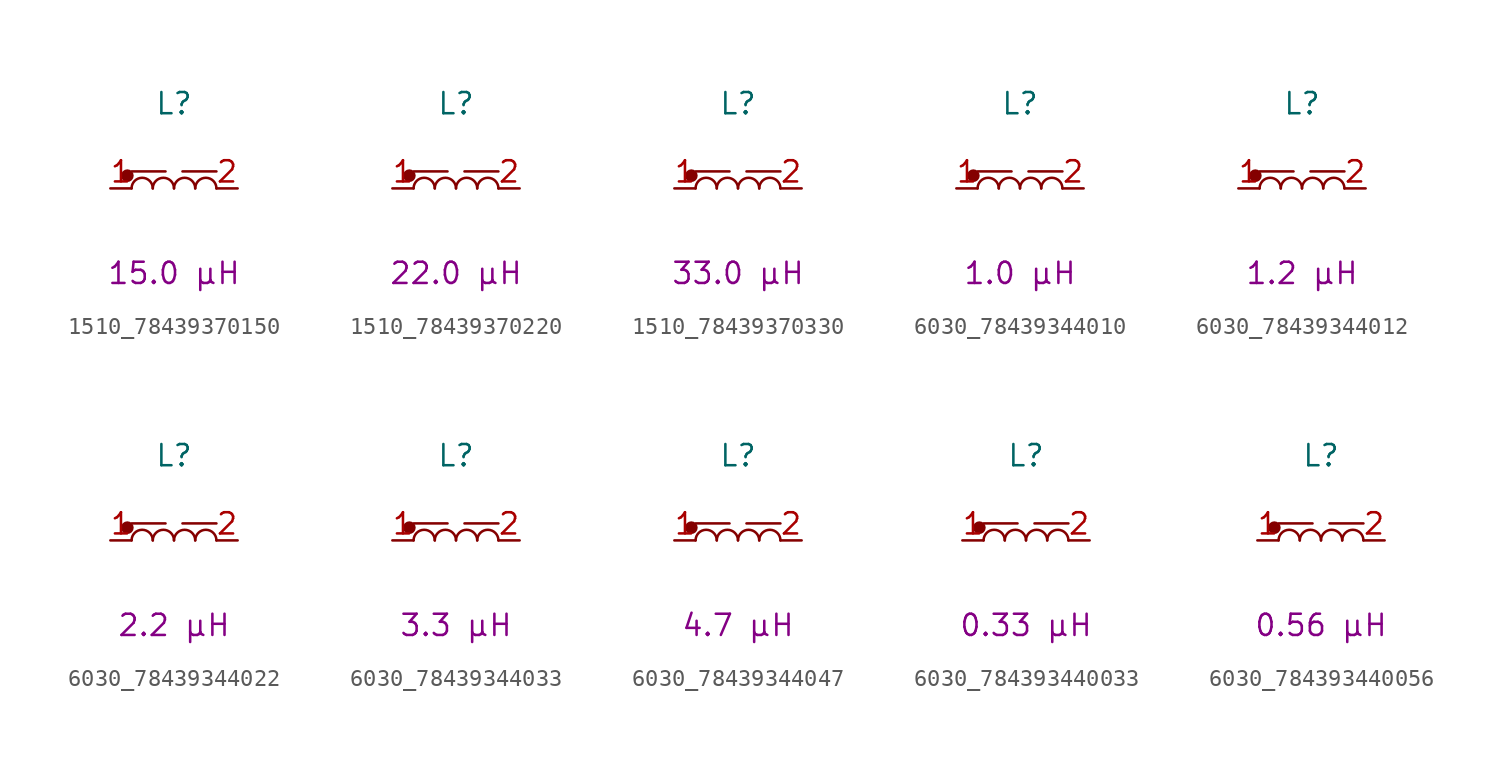
<source format=kicad_sym>
(kicad_symbol_lib
  (version 20220914)
  (generator kicad_symbol_editor)
  (symbol "1510_78439370150"
    (pin_names hide)
    (property "Reference" "L"
      (at 0 5.08 0)
      (effects (font (size 1.27 1.27))))
    (property "Critical Parameter" "15.0 µH"
      (at 0 -5.08 0)
      (effects (font (size 1.27 1.27))))
    (symbol "1510_78439370150_0_1"
      (arc (start -1.27 0) (mid -1.905 0.6323) (end -2.54 0) (stroke (width 0) (type default)) (fill (type none)))
      (arc (start 0 0) (mid -0.635 0.6323) (end -1.27 0) (stroke (width 0) (type default)) (fill (type none)))
      (polyline (pts (xy -2.54 1.016) (xy -0.508 1.016)) (stroke (width 0) (type default)) (fill (type none)))
      (arc (start 1.27 0) (mid 0.635 0.6323) (end 0 0) (stroke (width 0) (type default)) (fill (type none)))
      (arc (start 2.54 0) (mid 1.905 0.6323) (end 1.27 0) (stroke (width 0) (type default)) (fill (type none))))
    (symbol "1510_78439370150_1_1"
      (circle (center -2.794 0.762) (radius 0.0001) (stroke (width 0.381) (type default)) (fill (type none)))
      (polyline (pts (xy 2.54 1.016) (xy 0.508 1.016)) (stroke (width 0) (type default)) (fill (type none)))
      (pin passive line (at -3.81 0 0) (length 1.27) (name "1" (effects (font (size 1.27 1.27)))) (number "1" (effects (font (size 1.27 1.27)))))
      (pin passive line (at 3.81 0 180) (length 1.27) (name "2" (effects (font (size 1.27 1.27)))) (number "2" (effects (font (size 1.27 1.27)))))))
  (symbol "1510_78439370220"
    (pin_names hide)
    (property "Reference" "L"
      (at 0 5.08 0)
      (effects (font (size 1.27 1.27))))
    (property "Critical Parameter" "22.0 µH"
      (at 0 -5.08 0)
      (effects (font (size 1.27 1.27))))
    (symbol "1510_78439370220_0_1"
      (arc (start -1.27 0) (mid -1.905 0.6323) (end -2.54 0) (stroke (width 0) (type default)) (fill (type none)))
      (arc (start 0 0) (mid -0.635 0.6323) (end -1.27 0) (stroke (width 0) (type default)) (fill (type none)))
      (polyline (pts (xy -2.54 1.016) (xy -0.508 1.016)) (stroke (width 0) (type default)) (fill (type none)))
      (arc (start 1.27 0) (mid 0.635 0.6323) (end 0 0) (stroke (width 0) (type default)) (fill (type none)))
      (arc (start 2.54 0) (mid 1.905 0.6323) (end 1.27 0) (stroke (width 0) (type default)) (fill (type none))))
    (symbol "1510_78439370220_1_1"
      (circle (center -2.794 0.762) (radius 0.0001) (stroke (width 0.381) (type default)) (fill (type none)))
      (polyline (pts (xy 2.54 1.016) (xy 0.508 1.016)) (stroke (width 0) (type default)) (fill (type none)))
      (pin passive line (at -3.81 0 0) (length 1.27) (name "1" (effects (font (size 1.27 1.27)))) (number "1" (effects (font (size 1.27 1.27)))))
      (pin passive line (at 3.81 0 180) (length 1.27) (name "2" (effects (font (size 1.27 1.27)))) (number "2" (effects (font (size 1.27 1.27)))))))
  (symbol "1510_78439370330"
    (pin_names hide)
    (property "Reference" "L"
      (at 0 5.08 0)
      (effects (font (size 1.27 1.27))))
    (property "Critical Parameter" "33.0 µH"
      (at 0 -5.08 0)
      (effects (font (size 1.27 1.27))))
    (symbol "1510_78439370330_0_1"
      (arc (start -1.27 0) (mid -1.905 0.6323) (end -2.54 0) (stroke (width 0) (type default)) (fill (type none)))
      (arc (start 0 0) (mid -0.635 0.6323) (end -1.27 0) (stroke (width 0) (type default)) (fill (type none)))
      (polyline (pts (xy -2.54 1.016) (xy -0.508 1.016)) (stroke (width 0) (type default)) (fill (type none)))
      (arc (start 1.27 0) (mid 0.635 0.6323) (end 0 0) (stroke (width 0) (type default)) (fill (type none)))
      (arc (start 2.54 0) (mid 1.905 0.6323) (end 1.27 0) (stroke (width 0) (type default)) (fill (type none))))
    (symbol "1510_78439370330_1_1"
      (circle (center -2.794 0.762) (radius 0.0001) (stroke (width 0.381) (type default)) (fill (type none)))
      (polyline (pts (xy 2.54 1.016) (xy 0.508 1.016)) (stroke (width 0) (type default)) (fill (type none)))
      (pin passive line (at -3.81 0 0) (length 1.27) (name "1" (effects (font (size 1.27 1.27)))) (number "1" (effects (font (size 1.27 1.27)))))
      (pin passive line (at 3.81 0 180) (length 1.27) (name "2" (effects (font (size 1.27 1.27)))) (number "2" (effects (font (size 1.27 1.27)))))))
  (symbol "6030_78439344010"
    (pin_names hide)
    (property "Reference" "L"
      (at 0 5.08 0)
      (effects (font (size 1.27 1.27))))
    (property "Critical Parameter" "1.0 µH"
      (at 0 -5.08 0)
      (effects (font (size 1.27 1.27))))
    (symbol "6030_78439344010_0_1"
      (arc (start -1.27 0) (mid -1.905 0.6323) (end -2.54 0) (stroke (width 0) (type default)) (fill (type none)))
      (arc (start 0 0) (mid -0.635 0.6323) (end -1.27 0) (stroke (width 0) (type default)) (fill (type none)))
      (polyline (pts (xy -2.54 1.016) (xy -0.508 1.016)) (stroke (width 0) (type default)) (fill (type none)))
      (arc (start 1.27 0) (mid 0.635 0.6323) (end 0 0) (stroke (width 0) (type default)) (fill (type none)))
      (arc (start 2.54 0) (mid 1.905 0.6323) (end 1.27 0) (stroke (width 0) (type default)) (fill (type none))))
    (symbol "6030_78439344010_1_1"
      (circle (center -2.794 0.762) (radius 0.0001) (stroke (width 0.381) (type default)) (fill (type none)))
      (polyline (pts (xy 2.54 1.016) (xy 0.508 1.016)) (stroke (width 0) (type default)) (fill (type none)))
      (pin passive line (at -3.81 0 0) (length 1.27) (name "1" (effects (font (size 1.27 1.27)))) (number "1" (effects (font (size 1.27 1.27)))))
      (pin passive line (at 3.81 0 180) (length 1.27) (name "2" (effects (font (size 1.27 1.27)))) (number "2" (effects (font (size 1.27 1.27)))))))
  (symbol "6030_78439344012"
    (pin_names hide)
    (property "Reference" "L"
      (at 0 5.08 0)
      (effects (font (size 1.27 1.27))))
    (property "Critical Parameter" "1.2 µH"
      (at 0 -5.08 0)
      (effects (font (size 1.27 1.27))))
    (symbol "6030_78439344012_0_1"
      (arc (start -1.27 0) (mid -1.905 0.6323) (end -2.54 0) (stroke (width 0) (type default)) (fill (type none)))
      (arc (start 0 0) (mid -0.635 0.6323) (end -1.27 0) (stroke (width 0) (type default)) (fill (type none)))
      (polyline (pts (xy -2.54 1.016) (xy -0.508 1.016)) (stroke (width 0) (type default)) (fill (type none)))
      (arc (start 1.27 0) (mid 0.635 0.6323) (end 0 0) (stroke (width 0) (type default)) (fill (type none)))
      (arc (start 2.54 0) (mid 1.905 0.6323) (end 1.27 0) (stroke (width 0) (type default)) (fill (type none))))
    (symbol "6030_78439344012_1_1"
      (circle (center -2.794 0.762) (radius 0.0001) (stroke (width 0.381) (type default)) (fill (type none)))
      (polyline (pts (xy 2.54 1.016) (xy 0.508 1.016)) (stroke (width 0) (type default)) (fill (type none)))
      (pin passive line (at -3.81 0 0) (length 1.27) (name "1" (effects (font (size 1.27 1.27)))) (number "1" (effects (font (size 1.27 1.27)))))
      (pin passive line (at 3.81 0 180) (length 1.27) (name "2" (effects (font (size 1.27 1.27)))) (number "2" (effects (font (size 1.27 1.27)))))))
  (symbol "6030_78439344022"
    (pin_names hide)
    (property "Reference" "L"
      (at 0 5.08 0)
      (effects (font (size 1.27 1.27))))
    (property "Critical Parameter" "2.2 µH"
      (at 0 -5.08 0)
      (effects (font (size 1.27 1.27))))
    (symbol "6030_78439344022_0_1"
      (arc (start -1.27 0) (mid -1.905 0.6323) (end -2.54 0) (stroke (width 0) (type default)) (fill (type none)))
      (arc (start 0 0) (mid -0.635 0.6323) (end -1.27 0) (stroke (width 0) (type default)) (fill (type none)))
      (polyline (pts (xy -2.54 1.016) (xy -0.508 1.016)) (stroke (width 0) (type default)) (fill (type none)))
      (arc (start 1.27 0) (mid 0.635 0.6323) (end 0 0) (stroke (width 0) (type default)) (fill (type none)))
      (arc (start 2.54 0) (mid 1.905 0.6323) (end 1.27 0) (stroke (width 0) (type default)) (fill (type none))))
    (symbol "6030_78439344022_1_1"
      (circle (center -2.794 0.762) (radius 0.0001) (stroke (width 0.381) (type default)) (fill (type none)))
      (polyline (pts (xy 2.54 1.016) (xy 0.508 1.016)) (stroke (width 0) (type default)) (fill (type none)))
      (pin passive line (at -3.81 0 0) (length 1.27) (name "1" (effects (font (size 1.27 1.27)))) (number "1" (effects (font (size 1.27 1.27)))))
      (pin passive line (at 3.81 0 180) (length 1.27) (name "2" (effects (font (size 1.27 1.27)))) (number "2" (effects (font (size 1.27 1.27)))))))
  (symbol "6030_78439344033"
    (pin_names hide)
    (property "Reference" "L"
      (at 0 5.08 0)
      (effects (font (size 1.27 1.27))))
    (property "Critical Parameter" "3.3 µH"
      (at 0 -5.08 0)
      (effects (font (size 1.27 1.27))))
    (symbol "6030_78439344033_0_1"
      (arc (start -1.27 0) (mid -1.905 0.6323) (end -2.54 0) (stroke (width 0) (type default)) (fill (type none)))
      (arc (start 0 0) (mid -0.635 0.6323) (end -1.27 0) (stroke (width 0) (type default)) (fill (type none)))
      (polyline (pts (xy -2.54 1.016) (xy -0.508 1.016)) (stroke (width 0) (type default)) (fill (type none)))
      (arc (start 1.27 0) (mid 0.635 0.6323) (end 0 0) (stroke (width 0) (type default)) (fill (type none)))
      (arc (start 2.54 0) (mid 1.905 0.6323) (end 1.27 0) (stroke (width 0) (type default)) (fill (type none))))
    (symbol "6030_78439344033_1_1"
      (circle (center -2.794 0.762) (radius 0.0001) (stroke (width 0.381) (type default)) (fill (type none)))
      (polyline (pts (xy 2.54 1.016) (xy 0.508 1.016)) (stroke (width 0) (type default)) (fill (type none)))
      (pin passive line (at -3.81 0 0) (length 1.27) (name "1" (effects (font (size 1.27 1.27)))) (number "1" (effects (font (size 1.27 1.27)))))
      (pin passive line (at 3.81 0 180) (length 1.27) (name "2" (effects (font (size 1.27 1.27)))) (number "2" (effects (font (size 1.27 1.27)))))))
  (symbol "6030_78439344047"
    (pin_names hide)
    (property "Reference" "L"
      (at 0 5.08 0)
      (effects (font (size 1.27 1.27))))
    (property "Critical Parameter" "4.7 µH"
      (at 0 -5.08 0)
      (effects (font (size 1.27 1.27))))
    (symbol "6030_78439344047_0_1"
      (arc (start -1.27 0) (mid -1.905 0.6323) (end -2.54 0) (stroke (width 0) (type default)) (fill (type none)))
      (arc (start 0 0) (mid -0.635 0.6323) (end -1.27 0) (stroke (width 0) (type default)) (fill (type none)))
      (polyline (pts (xy -2.54 1.016) (xy -0.508 1.016)) (stroke (width 0) (type default)) (fill (type none)))
      (arc (start 1.27 0) (mid 0.635 0.6323) (end 0 0) (stroke (width 0) (type default)) (fill (type none)))
      (arc (start 2.54 0) (mid 1.905 0.6323) (end 1.27 0) (stroke (width 0) (type default)) (fill (type none))))
    (symbol "6030_78439344047_1_1"
      (circle (center -2.794 0.762) (radius 0.0001) (stroke (width 0.381) (type default)) (fill (type none)))
      (polyline (pts (xy 2.54 1.016) (xy 0.508 1.016)) (stroke (width 0) (type default)) (fill (type none)))
      (pin passive line (at -3.81 0 0) (length 1.27) (name "1" (effects (font (size 1.27 1.27)))) (number "1" (effects (font (size 1.27 1.27)))))
      (pin passive line (at 3.81 0 180) (length 1.27) (name "2" (effects (font (size 1.27 1.27)))) (number "2" (effects (font (size 1.27 1.27)))))))
  (symbol "6030_784393440033"
    (pin_names hide)
    (property "Reference" "L"
      (at 0 5.08 0)
      (effects (font (size 1.27 1.27))))
    (property "Critical Parameter" "0.33 µH"
      (at 0 -5.08 0)
      (effects (font (size 1.27 1.27))))
    (symbol "6030_784393440033_0_1"
      (arc (start -1.27 0) (mid -1.905 0.6323) (end -2.54 0) (stroke (width 0) (type default)) (fill (type none)))
      (arc (start 0 0) (mid -0.635 0.6323) (end -1.27 0) (stroke (width 0) (type default)) (fill (type none)))
      (polyline (pts (xy -2.54 1.016) (xy -0.508 1.016)) (stroke (width 0) (type default)) (fill (type none)))
      (arc (start 1.27 0) (mid 0.635 0.6323) (end 0 0) (stroke (width 0) (type default)) (fill (type none)))
      (arc (start 2.54 0) (mid 1.905 0.6323) (end 1.27 0) (stroke (width 0) (type default)) (fill (type none))))
    (symbol "6030_784393440033_1_1"
      (circle (center -2.794 0.762) (radius 0.0001) (stroke (width 0.381) (type default)) (fill (type none)))
      (polyline (pts (xy 2.54 1.016) (xy 0.508 1.016)) (stroke (width 0) (type default)) (fill (type none)))
      (pin passive line (at -3.81 0 0) (length 1.27) (name "1" (effects (font (size 1.27 1.27)))) (number "1" (effects (font (size 1.27 1.27)))))
      (pin passive line (at 3.81 0 180) (length 1.27) (name "2" (effects (font (size 1.27 1.27)))) (number "2" (effects (font (size 1.27 1.27)))))))
  (symbol "6030_784393440056"
    (pin_names hide)
    (property "Reference" "L"
      (at 0 5.08 0)
      (effects (font (size 1.27 1.27))))
    (property "Critical Parameter" "0.56 µH"
      (at 0 -5.08 0)
      (effects (font (size 1.27 1.27))))
    (symbol "6030_784393440056_0_1"
      (arc (start -1.27 0) (mid -1.905 0.6323) (end -2.54 0) (stroke (width 0) (type default)) (fill (type none)))
      (arc (start 0 0) (mid -0.635 0.6323) (end -1.27 0) (stroke (width 0) (type default)) (fill (type none)))
      (polyline (pts (xy -2.54 1.016) (xy -0.508 1.016)) (stroke (width 0) (type default)) (fill (type none)))
      (arc (start 1.27 0) (mid 0.635 0.6323) (end 0 0) (stroke (width 0) (type default)) (fill (type none)))
      (arc (start 2.54 0) (mid 1.905 0.6323) (end 1.27 0) (stroke (width 0) (type default)) (fill (type none))))
    (symbol "6030_784393440056_1_1"
      (circle (center -2.794 0.762) (radius 0.0001) (stroke (width 0.381) (type default)) (fill (type none)))
      (polyline (pts (xy 2.54 1.016) (xy 0.508 1.016)) (stroke (width 0) (type default)) (fill (type none)))
      (pin passive line (at -3.81 0 0) (length 1.27) (name "1" (effects (font (size 1.27 1.27)))) (number "1" (effects (font (size 1.27 1.27)))))
      (pin passive line (at 3.81 0 180) (length 1.27) (name "2" (effects (font (size 1.27 1.27)))) (number "2" (effects (font (size 1.27 1.27))))))))
</source>
